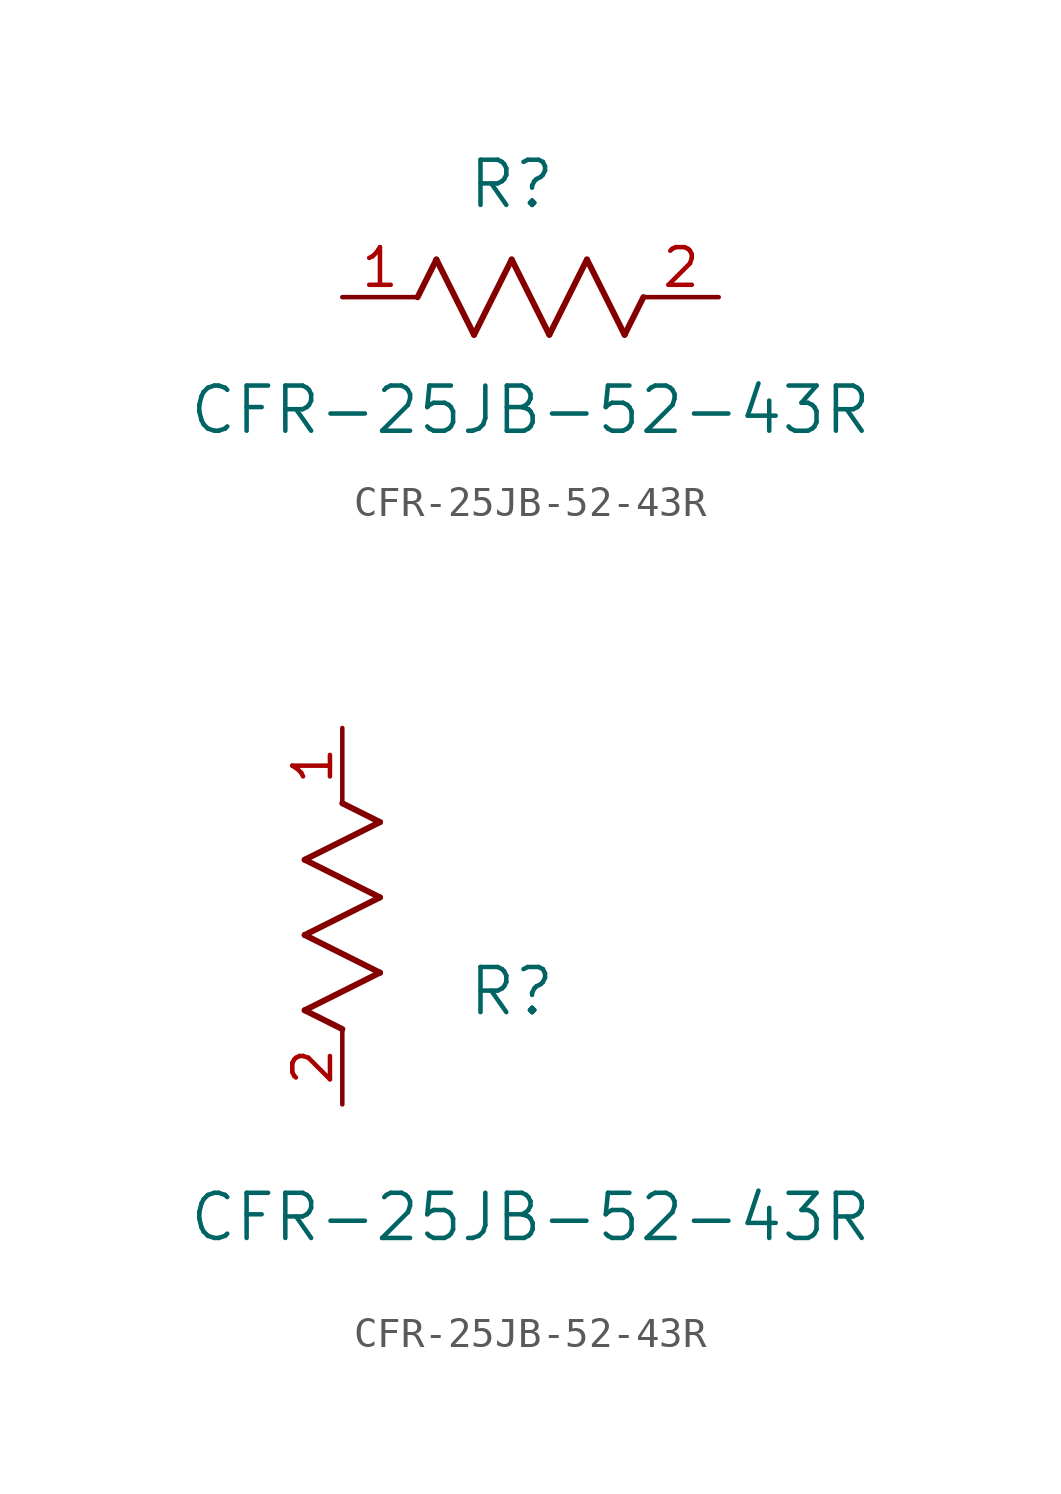
<source format=kicad_sym>
(kicad_symbol_lib
  (version 20211014)
  (generator kicad_symbol_editor)
  (symbol "CFR-25JB-52-43R"
    (pin_names
      (offset 0.254))
    (property "Reference" "R"
      (at 5.715 3.81 0)
      (effects (font (size 1.524 1.524))))
    (property "Value" "CFR-25JB-52-43R"
      (at 6.35 -3.81 0)
      (effects (font (size 1.524 1.524))))
    (symbol "CFR-25JB-52-43R_1_1"
      (polyline (pts (xy 3.175 1.27) (xy 4.445 -1.27)) (stroke (width 0.203) (type default) (color 0 0 0 0)) (fill (type none)))
      (polyline (pts (xy 4.445 -1.27) (xy 5.715 1.27)) (stroke (width 0.203) (type default) (color 0 0 0 0)) (fill (type none)))
      (polyline (pts (xy 5.715 1.27) (xy 6.985 -1.27)) (stroke (width 0.203) (type default) (color 0 0 0 0)) (fill (type none)))
      (polyline (pts (xy 6.985 -1.27) (xy 8.255 1.27)) (stroke (width 0.203) (type default) (color 0 0 0 0)) (fill (type none)))
      (polyline (pts (xy 8.255 1.27) (xy 9.525 -1.27)) (stroke (width 0.203) (type default) (color 0 0 0 0)) (fill (type none)))
      (polyline (pts (xy 2.54 0) (xy 3.175 1.27)) (stroke (width 0.203) (type default) (color 0 0 0 0)) (fill (type none)))
      (polyline (pts (xy 9.525 -1.27) (xy 10.16 0)) (stroke (width 0.203) (type default) (color 0 0 0 0)) (fill (type none)))
      (pin unspecified line (at 0 0 0) (length 2.54) (name "" (effects (font (size 1.27 1.27)))) (number "1" (effects (font (size 1.27 1.27)))))
      (pin unspecified line (at 12.7 0 180) (length 2.54) (name "" (effects (font (size 1.27 1.27)))) (number "2" (effects (font (size 1.27 1.27))))))
    (symbol "CFR-25JB-52-43R_1_2"
      (polyline (pts (xy 0 2.54) (xy -1.27 3.175)) (stroke (width 0.203) (type default) (color 0 0 0 0)) (fill (type none)))
      (polyline (pts (xy -1.27 3.175) (xy 1.27 4.445)) (stroke (width 0.203) (type default) (color 0 0 0 0)) (fill (type none)))
      (polyline (pts (xy 1.27 4.445) (xy -1.27 5.715)) (stroke (width 0.203) (type default) (color 0 0 0 0)) (fill (type none)))
      (polyline (pts (xy -1.27 5.715) (xy 1.27 6.985)) (stroke (width 0.203) (type default) (color 0 0 0 0)) (fill (type none)))
      (polyline (pts (xy -1.27 8.255) (xy 1.27 9.525)) (stroke (width 0.203) (type default) (color 0 0 0 0)) (fill (type none)))
      (polyline (pts (xy 1.27 9.525) (xy 0 10.16)) (stroke (width 0.203) (type default) (color 0 0 0 0)) (fill (type none)))
      (polyline (pts (xy 1.27 6.985) (xy -1.27 8.255)) (stroke (width 0.203) (type default) (color 0 0 0 0)) (fill (type none)))
      (pin unspecified line (at 0 12.7 270) (length 2.54) (name "" (effects (font (size 1.27 1.27)))) (number "1" (effects (font (size 1.27 1.27)))))
      (pin unspecified line (at 0 0 90) (length 2.54) (name "" (effects (font (size 1.27 1.27)))) (number "2" (effects (font (size 1.27 1.27))))))))
</source>
